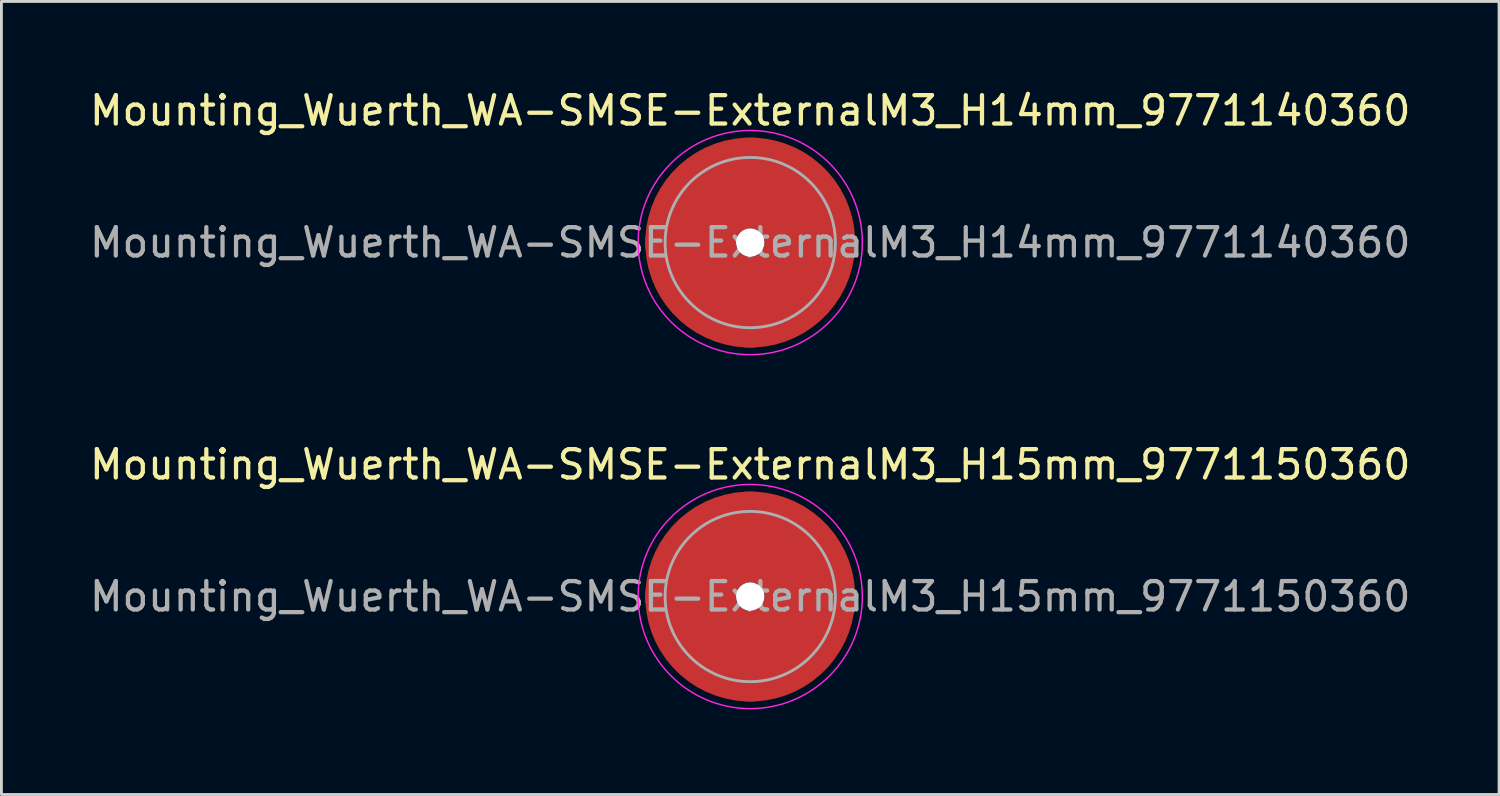
<source format=kicad_pcb>
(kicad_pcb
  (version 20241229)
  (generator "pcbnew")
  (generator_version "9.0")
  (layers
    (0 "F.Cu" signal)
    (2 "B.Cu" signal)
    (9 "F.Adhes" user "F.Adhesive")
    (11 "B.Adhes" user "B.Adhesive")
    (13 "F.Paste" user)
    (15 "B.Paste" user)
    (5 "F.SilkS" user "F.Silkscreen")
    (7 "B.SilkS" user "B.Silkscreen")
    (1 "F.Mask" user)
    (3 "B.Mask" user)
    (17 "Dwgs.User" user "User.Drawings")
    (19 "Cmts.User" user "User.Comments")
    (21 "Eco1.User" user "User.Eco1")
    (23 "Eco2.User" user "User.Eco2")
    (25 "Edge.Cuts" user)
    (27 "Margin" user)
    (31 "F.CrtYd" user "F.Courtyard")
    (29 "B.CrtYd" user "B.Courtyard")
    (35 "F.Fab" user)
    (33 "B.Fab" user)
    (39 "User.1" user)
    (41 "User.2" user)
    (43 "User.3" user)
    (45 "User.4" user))
  (footprint "Mounting_Wuerth_WA-SMSE-ExternalM3_H14mm_9771140360"
    (layer "F.Cu")
    (at 23.387 5.498)
    (property "Reference" "Mounting_Wuerth_WA-SMSE-ExternalM3_H14mm_9771140360" (at 0 -4.65 0) (layer "F.SilkS") (effects (font (size 1 1) (thickness 0.15))))
    (attr smd)
    (fp_circle (center 0 0) (end 3.95 0) (stroke (width 0.05) (type solid)) (fill no) (layer "F.CrtYd"))
    (fp_circle (center 0 0) (end 3 0) (stroke (width 0.1) (type solid)) (fill no) (layer "F.Fab"))
    (fp_text user "${REFERENCE}" (at 0 0 0) (layer "F.Fab") (effects (font (size 1 1) (thickness 0.15))))
    (pad "" smd custom (at 0 -2.1) (size 1.5 1.5) (layers "F.Paste") (options (anchor circle)) (primitives (gr_arc (start -0.305123 1.47) (mid 0 1.4) (end 0.305123 1.47) (width 0.2)) (gr_arc (start -0.493052 1.47) (mid 0 1.3) (end 0.493052 1.47) (width 0.2)) (gr_arc (start -0.642729 1.47) (mid 0 1.2) (end 0.642729 1.47) (width 0.2)) (gr_arc (start -0.776595 1.47) (mid 0 1.1) (end 0.776595 1.47) (width 0.2)) (gr_arc (start -0.901721 1.47) (mid 0 1) (end 0.901721 1.47) (width 0.2)) (gr_arc (start -1.021323 1.47) (mid 0 0.9) (end 1.021323 1.47) (width 0.2)) (gr_arc (start -1.137146 1.47) (mid 0 0.8) (end 1.137146 1.47) (width 0.2)) (gr_arc (start -1.25024 1.47) (mid 0 0.7) (end 1.25024 1.47) (width 0.2)) (gr_arc (start -1.361286 1.47) (mid 0 0.6) (end 1.361286 1.47) (width 0.2)) (gr_arc (start -1.470748 1.47) (mid 0 0.5) (end 1.470748 1.47) (width 0.2)) (gr_arc (start -1.578955 1.47) (mid 0 0.4) (end 1.578955 1.47) (width 0.2)) (gr_arc (start -1.686149 1.47) (mid 0 0.3) (end 1.686149 1.47) (width 0.2)) (gr_arc (start -1.792512 1.47) (mid 0 0.2) (end 1.792512 1.47) (width 0.2)) (gr_arc (start -1.898183 1.47) (mid 0 0.1) (end 1.898183 1.47) (width 0.2)) (gr_arc (start -2.003272 1.47) (mid 0 0) (end 2.003272 1.47) (width 0.2)) (gr_arc (start -2.107866 1.47) (mid 0 -0.1) (end 2.107866 1.47) (width 0.2)) (gr_arc (start -2.212035 1.47) (mid 0 -0.2) (end 2.212035 1.47) (width 0.2)) (gr_arc (start -2.315837 1.47) (mid 0 -0.3) (end 2.315837 1.47) (width 0.2)) (gr_arc (start -2.419318 1.47) (mid 0 -0.4) (end 2.419318 1.47) (width 0.2)) (gr_arc (start -2.522519 1.47) (mid 0 -0.5) (end 2.522519 1.47) (width 0.2)) (gr_arc (start -2.625471 1.47) (mid 0 -0.6) (end 2.625471 1.47) (width 0.2)) (gr_arc (start -2.728205 1.47) (mid 0 -0.7) (end 2.728205 1.47) (width 0.2)) (gr_arc (start -2.830742 1.47) (mid 0 -0.8) (end 2.830742 1.47) (width 0.2)) (gr_arc (start -2.933104 1.47) (mid 0 -0.9) (end 2.933104 1.47) (width 0.2)) (gr_arc (start -3.035309 1.47) (mid 0 -1) (end 3.035309 1.47) (width 0.2)) (gr_arc (start -3.137372 1.47) (mid 0 -1.1) (end 3.137372 1.47) (width 0.2)) (gr_arc (start -3.239305 1.47) (mid 0 -1.2) (end 3.239305 1.47) (width 0.2)) (gr_arc (start -3.341123 1.47) (mid 0 -1.3) (end 3.341123 1.47) (width 0.2)) (gr_arc (start -3.442833 1.47) (mid 0 -1.4) (end 3.442833 1.47) (width 0.2)) (gr_line (start 0.305 1.47) (end 3.443 1.47) (width 0.2)) (gr_line (start -0.305 1.47) (end -3.443 1.47) (width 0.2))))
    (pad "" np_thru_hole circle (at 0 0) (size 1 1) (drill 1) (layers "*.Cu" "*.Mask"))
    (pad "" smd custom (at 0 2.1) (size 1.5 1.5) (layers "F.Paste") (options (anchor circle)) (primitives (gr_arc (start 0.305123 -1.47) (mid 0 -1.4) (end -0.305123 -1.47) (width 0.2)) (gr_arc (start 0.493052 -1.47) (mid 0 -1.3) (end -0.493052 -1.47) (width 0.2)) (gr_arc (start 0.642729 -1.47) (mid 0 -1.2) (end -0.642729 -1.47) (width 0.2)) (gr_arc (start 0.776595 -1.47) (mid 0 -1.1) (end -0.776595 -1.47) (width 0.2)) (gr_arc (start 0.901721 -1.47) (mid 0 -1) (end -0.901721 -1.47) (width 0.2)) (gr_arc (start 1.021323 -1.47) (mid 0 -0.9) (end -1.021323 -1.47) (width 0.2)) (gr_arc (start 1.137146 -1.47) (mid 0 -0.8) (end -1.137146 -1.47) (width 0.2)) (gr_arc (start 1.25024 -1.47) (mid 0 -0.7) (end -1.25024 -1.47) (width 0.2)) (gr_arc (start 1.361286 -1.47) (mid 0 -0.6) (end -1.361286 -1.47) (width 0.2)) (gr_arc (start 1.470748 -1.47) (mid 0 -0.5) (end -1.470748 -1.47) (width 0.2)) (gr_arc (start 1.578955 -1.47) (mid 0 -0.4) (end -1.578955 -1.47) (width 0.2)) (gr_arc (start 1.686149 -1.47) (mid 0 -0.3) (end -1.686149 -1.47) (width 0.2)) (gr_arc (start 1.792512 -1.47) (mid 0 -0.2) (end -1.792512 -1.47) (width 0.2)) (gr_arc (start 1.898183 -1.47) (mid 0 -0.1) (end -1.898183 -1.47) (width 0.2)) (gr_arc (start 2.003272 -1.47) (mid 0 0) (end -2.003272 -1.47) (width 0.2)) (gr_arc (start 2.107866 -1.47) (mid 0 0.1) (end -2.107866 -1.47) (width 0.2)) (gr_arc (start 2.212035 -1.47) (mid 0 0.2) (end -2.212035 -1.47) (width 0.2)) (gr_arc (start 2.315837 -1.47) (mid 0 0.3) (end -2.315837 -1.47) (width 0.2)) (gr_arc (start 2.419318 -1.47) (mid 0 0.4) (end -2.419318 -1.47) (width 0.2)) (gr_arc (start 2.522519 -1.47) (mid 0 0.5) (end -2.522519 -1.47) (width 0.2)) (gr_arc (start 2.625471 -1.47) (mid 0 0.6) (end -2.625471 -1.47) (width 0.2)) (gr_arc (start 2.728205 -1.47) (mid 0 0.7) (end -2.728205 -1.47) (width 0.2)) (gr_arc (start 2.830742 -1.47) (mid 0 0.8) (end -2.830742 -1.47) (width 0.2)) (gr_arc (start 2.933104 -1.47) (mid 0 0.9) (end -2.933104 -1.47) (width 0.2)) (gr_arc (start 3.035309 -1.47) (mid 0 1) (end -3.035309 -1.47) (width 0.2)) (gr_arc (start 3.137372 -1.47) (mid 0 1.1) (end -3.137372 -1.47) (width 0.2)) (gr_arc (start 3.239305 -1.47) (mid 0 1.2) (end -3.239305 -1.47) (width 0.2)) (gr_arc (start 3.341123 -1.47) (mid 0 1.3) (end -3.341123 -1.47) (width 0.2)) (gr_arc (start 3.442833 -1.47) (mid 0 1.4) (end -3.442833 -1.47) (width 0.2)) (gr_line (start -0.305 -1.47) (end -3.443 -1.47) (width 0.2)) (gr_line (start 0.305 -1.47) (end 3.443 -1.47) (width 0.2))))
    (pad "1" smd circle (at -2.1 0) (size 3.2 3.2) (layers "F.Cu"))
    (pad "1" smd circle (at 0 -2.1) (size 3.2 3.2) (layers "F.Cu"))
    (pad "1" smd circle (at 0 2.1) (size 3.2 3.2) (layers "F.Cu"))
    (pad "1" smd custom (at 2.1 0) (size 3.2 3.2) (layers "F.Cu" "F.Mask") (options (anchor circle)) (primitives (gr_circle (center -2.1 0) (end 0 0) (width 3.2) (fill no)))))
  (footprint "Mounting_Wuerth_WA-SMSE-ExternalM3_H15mm_9771150360"
    (layer "F.Cu")
    (at 23.387 17.971)
    (property "Reference" "Mounting_Wuerth_WA-SMSE-ExternalM3_H15mm_9771150360" (at 0 -4.65 0) (layer "F.SilkS") (effects (font (size 1 1) (thickness 0.15))))
    (attr smd)
    (fp_circle (center 0 0) (end 3.95 0) (stroke (width 0.05) (type solid)) (fill no) (layer "F.CrtYd"))
    (fp_circle (center 0 0) (end 3 0) (stroke (width 0.1) (type solid)) (fill no) (layer "F.Fab"))
    (fp_text user "${REFERENCE}" (at 0 0 0) (layer "F.Fab") (effects (font (size 1 1) (thickness 0.15))))
    (pad "" smd custom (at 0 -2.1) (size 1.5 1.5) (layers "F.Paste") (options (anchor circle)) (primitives (gr_arc (start -0.305123 1.47) (mid 0 1.4) (end 0.305123 1.47) (width 0.2)) (gr_arc (start -0.493052 1.47) (mid 0 1.3) (end 0.493052 1.47) (width 0.2)) (gr_arc (start -0.642729 1.47) (mid 0 1.2) (end 0.642729 1.47) (width 0.2)) (gr_arc (start -0.776595 1.47) (mid 0 1.1) (end 0.776595 1.47) (width 0.2)) (gr_arc (start -0.901721 1.47) (mid 0 1) (end 0.901721 1.47) (width 0.2)) (gr_arc (start -1.021323 1.47) (mid 0 0.9) (end 1.021323 1.47) (width 0.2)) (gr_arc (start -1.137146 1.47) (mid 0 0.8) (end 1.137146 1.47) (width 0.2)) (gr_arc (start -1.25024 1.47) (mid 0 0.7) (end 1.25024 1.47) (width 0.2)) (gr_arc (start -1.361286 1.47) (mid 0 0.6) (end 1.361286 1.47) (width 0.2)) (gr_arc (start -1.470748 1.47) (mid 0 0.5) (end 1.470748 1.47) (width 0.2)) (gr_arc (start -1.578955 1.47) (mid 0 0.4) (end 1.578955 1.47) (width 0.2)) (gr_arc (start -1.686149 1.47) (mid 0 0.3) (end 1.686149 1.47) (width 0.2)) (gr_arc (start -1.792512 1.47) (mid 0 0.2) (end 1.792512 1.47) (width 0.2)) (gr_arc (start -1.898183 1.47) (mid 0 0.1) (end 1.898183 1.47) (width 0.2)) (gr_arc (start -2.003272 1.47) (mid 0 0) (end 2.003272 1.47) (width 0.2)) (gr_arc (start -2.107866 1.47) (mid 0 -0.1) (end 2.107866 1.47) (width 0.2)) (gr_arc (start -2.212035 1.47) (mid 0 -0.2) (end 2.212035 1.47) (width 0.2)) (gr_arc (start -2.315837 1.47) (mid 0 -0.3) (end 2.315837 1.47) (width 0.2)) (gr_arc (start -2.419318 1.47) (mid 0 -0.4) (end 2.419318 1.47) (width 0.2)) (gr_arc (start -2.522519 1.47) (mid 0 -0.5) (end 2.522519 1.47) (width 0.2)) (gr_arc (start -2.625471 1.47) (mid 0 -0.6) (end 2.625471 1.47) (width 0.2)) (gr_arc (start -2.728205 1.47) (mid 0 -0.7) (end 2.728205 1.47) (width 0.2)) (gr_arc (start -2.830742 1.47) (mid 0 -0.8) (end 2.830742 1.47) (width 0.2)) (gr_arc (start -2.933104 1.47) (mid 0 -0.9) (end 2.933104 1.47) (width 0.2)) (gr_arc (start -3.035309 1.47) (mid 0 -1) (end 3.035309 1.47) (width 0.2)) (gr_arc (start -3.137372 1.47) (mid 0 -1.1) (end 3.137372 1.47) (width 0.2)) (gr_arc (start -3.239305 1.47) (mid 0 -1.2) (end 3.239305 1.47) (width 0.2)) (gr_arc (start -3.341123 1.47) (mid 0 -1.3) (end 3.341123 1.47) (width 0.2)) (gr_arc (start -3.442833 1.47) (mid 0 -1.4) (end 3.442833 1.47) (width 0.2)) (gr_line (start 0.305 1.47) (end 3.443 1.47) (width 0.2)) (gr_line (start -0.305 1.47) (end -3.443 1.47) (width 0.2))))
    (pad "" np_thru_hole circle (at 0 0) (size 1 1) (drill 1) (layers "*.Cu" "*.Mask"))
    (pad "" smd custom (at 0 2.1) (size 1.5 1.5) (layers "F.Paste") (options (anchor circle)) (primitives (gr_arc (start 0.305123 -1.47) (mid 0 -1.4) (end -0.305123 -1.47) (width 0.2)) (gr_arc (start 0.493052 -1.47) (mid 0 -1.3) (end -0.493052 -1.47) (width 0.2)) (gr_arc (start 0.642729 -1.47) (mid 0 -1.2) (end -0.642729 -1.47) (width 0.2)) (gr_arc (start 0.776595 -1.47) (mid 0 -1.1) (end -0.776595 -1.47) (width 0.2)) (gr_arc (start 0.901721 -1.47) (mid 0 -1) (end -0.901721 -1.47) (width 0.2)) (gr_arc (start 1.021323 -1.47) (mid 0 -0.9) (end -1.021323 -1.47) (width 0.2)) (gr_arc (start 1.137146 -1.47) (mid 0 -0.8) (end -1.137146 -1.47) (width 0.2)) (gr_arc (start 1.25024 -1.47) (mid 0 -0.7) (end -1.25024 -1.47) (width 0.2)) (gr_arc (start 1.361286 -1.47) (mid 0 -0.6) (end -1.361286 -1.47) (width 0.2)) (gr_arc (start 1.470748 -1.47) (mid 0 -0.5) (end -1.470748 -1.47) (width 0.2)) (gr_arc (start 1.578955 -1.47) (mid 0 -0.4) (end -1.578955 -1.47) (width 0.2)) (gr_arc (start 1.686149 -1.47) (mid 0 -0.3) (end -1.686149 -1.47) (width 0.2)) (gr_arc (start 1.792512 -1.47) (mid 0 -0.2) (end -1.792512 -1.47) (width 0.2)) (gr_arc (start 1.898183 -1.47) (mid 0 -0.1) (end -1.898183 -1.47) (width 0.2)) (gr_arc (start 2.003272 -1.47) (mid 0 0) (end -2.003272 -1.47) (width 0.2)) (gr_arc (start 2.107866 -1.47) (mid 0 0.1) (end -2.107866 -1.47) (width 0.2)) (gr_arc (start 2.212035 -1.47) (mid 0 0.2) (end -2.212035 -1.47) (width 0.2)) (gr_arc (start 2.315837 -1.47) (mid 0 0.3) (end -2.315837 -1.47) (width 0.2)) (gr_arc (start 2.419318 -1.47) (mid 0 0.4) (end -2.419318 -1.47) (width 0.2)) (gr_arc (start 2.522519 -1.47) (mid 0 0.5) (end -2.522519 -1.47) (width 0.2)) (gr_arc (start 2.625471 -1.47) (mid 0 0.6) (end -2.625471 -1.47) (width 0.2)) (gr_arc (start 2.728205 -1.47) (mid 0 0.7) (end -2.728205 -1.47) (width 0.2)) (gr_arc (start 2.830742 -1.47) (mid 0 0.8) (end -2.830742 -1.47) (width 0.2)) (gr_arc (start 2.933104 -1.47) (mid 0 0.9) (end -2.933104 -1.47) (width 0.2)) (gr_arc (start 3.035309 -1.47) (mid 0 1) (end -3.035309 -1.47) (width 0.2)) (gr_arc (start 3.137372 -1.47) (mid 0 1.1) (end -3.137372 -1.47) (width 0.2)) (gr_arc (start 3.239305 -1.47) (mid 0 1.2) (end -3.239305 -1.47) (width 0.2)) (gr_arc (start 3.341123 -1.47) (mid 0 1.3) (end -3.341123 -1.47) (width 0.2)) (gr_arc (start 3.442833 -1.47) (mid 0 1.4) (end -3.442833 -1.47) (width 0.2)) (gr_line (start -0.305 -1.47) (end -3.443 -1.47) (width 0.2)) (gr_line (start 0.305 -1.47) (end 3.443 -1.47) (width 0.2))))
    (pad "1" smd circle (at -2.1 0) (size 3.2 3.2) (layers "F.Cu"))
    (pad "1" smd circle (at 0 -2.1) (size 3.2 3.2) (layers "F.Cu"))
    (pad "1" smd circle (at 0 2.1) (size 3.2 3.2) (layers "F.Cu"))
    (pad "1" smd custom (at 2.1 0) (size 3.2 3.2) (layers "F.Cu" "F.Mask") (options (anchor circle)) (primitives (gr_circle (center -2.1 0) (end 0 0) (width 3.2) (fill no)))))
  (gr_rect
    (start -3 -3)
    (end 49.774 24.947)
    (stroke (width 0.1) (type default))
    (fill no)
    (layer "Edge.Cuts")))
</source>
